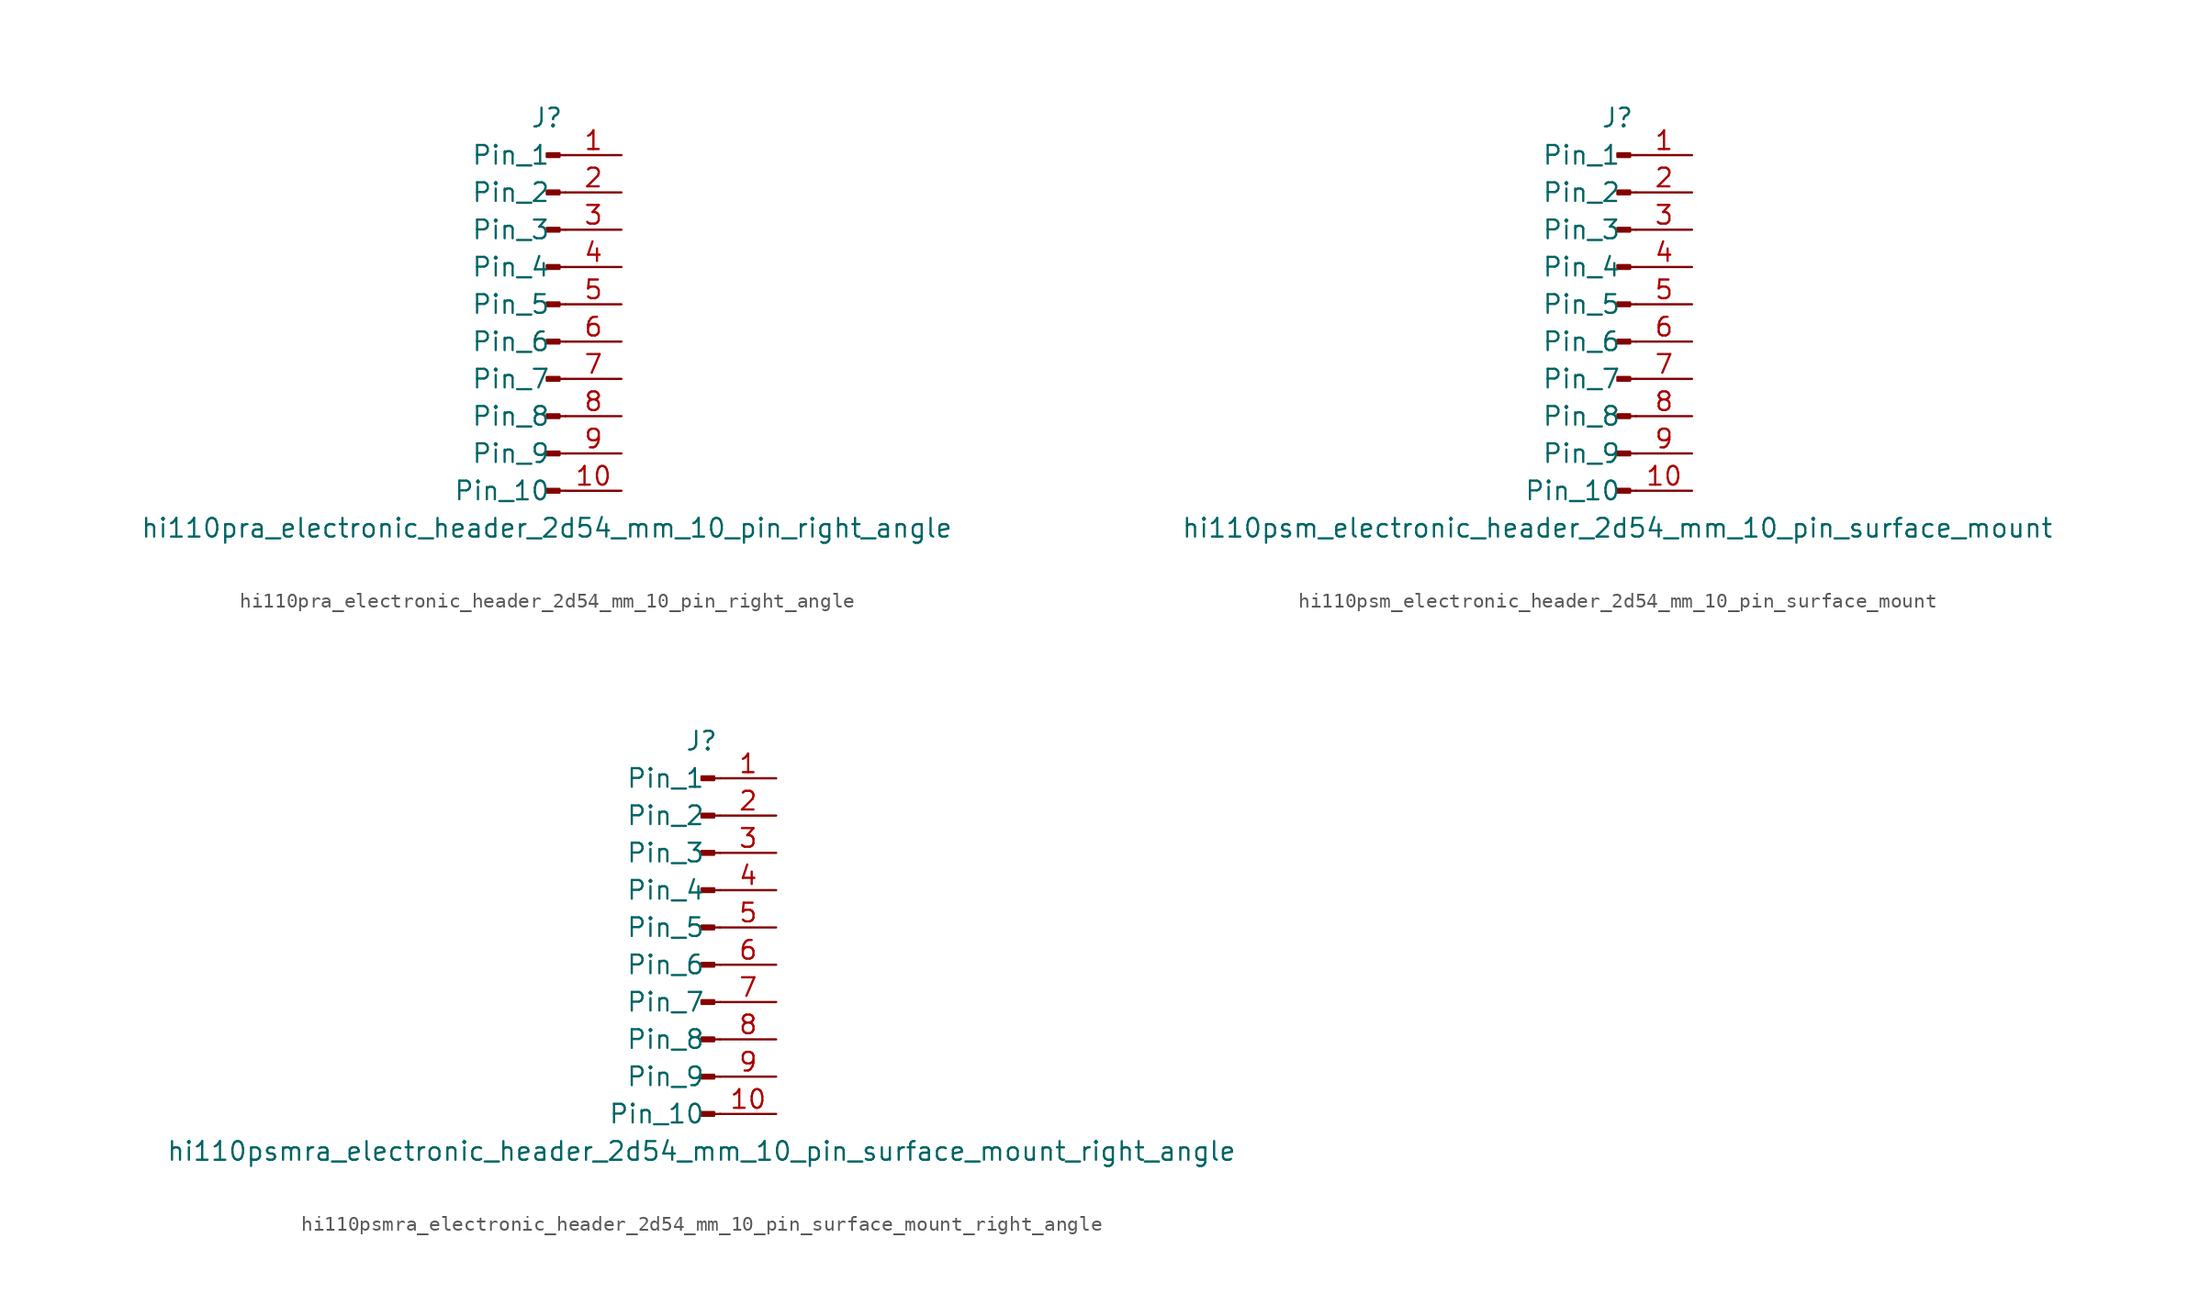
<source format=kicad_sym>
(kicad_symbol_lib
  (version 20220914)
  (generator kicad_symbol_editor)
  (symbol "hi110pra_electronic_header_2d54_mm_10_pin_right_angle"
    (pin_names
      (offset 1.016))
    (property "Reference" "J"
      (at 0 12.7 0)
      (effects (font (size 1.27 1.27))))
    (property "Value" "hi110pra_electronic_header_2d54_mm_10_pin_right_angle"
      (at 0 -15.24 0)
      (effects (font (size 1.27 1.27))))
    (property "ki_locked" ""
      (at 0 0 0)
      (effects (font (size 1.27 1.27))))
    (symbol "hi110pra_electronic_header_2d54_mm_10_pin_right_angle_1_1"
      (polyline (pts (xy 1.27 -12.7) (xy 0.864 -12.7)) (stroke (width 0.152) (type default)) (fill (type none)))
      (polyline (pts (xy 1.27 -10.16) (xy 0.864 -10.16)) (stroke (width 0.152) (type default)) (fill (type none)))
      (polyline (pts (xy 1.27 -7.62) (xy 0.864 -7.62)) (stroke (width 0.152) (type default)) (fill (type none)))
      (polyline (pts (xy 1.27 -5.08) (xy 0.864 -5.08)) (stroke (width 0.152) (type default)) (fill (type none)))
      (polyline (pts (xy 1.27 -2.54) (xy 0.864 -2.54)) (stroke (width 0.152) (type default)) (fill (type none)))
      (polyline (pts (xy 1.27 0) (xy 0.864 0)) (stroke (width 0.152) (type default)) (fill (type none)))
      (polyline (pts (xy 1.27 2.54) (xy 0.864 2.54)) (stroke (width 0.152) (type default)) (fill (type none)))
      (polyline (pts (xy 1.27 5.08) (xy 0.864 5.08)) (stroke (width 0.152) (type default)) (fill (type none)))
      (polyline (pts (xy 1.27 7.62) (xy 0.864 7.62)) (stroke (width 0.152) (type default)) (fill (type none)))
      (polyline (pts (xy 1.27 10.16) (xy 0.864 10.16)) (stroke (width 0.152) (type default)) (fill (type none)))
      (rectangle (start 0.864 -12.573) (end 0 -12.827) (stroke (width 0.152) (type default)) (fill (type outline)))
      (rectangle (start 0.864 -10.033) (end 0 -10.287) (stroke (width 0.152) (type default)) (fill (type outline)))
      (rectangle (start 0.864 -7.493) (end 0 -7.747) (stroke (width 0.152) (type default)) (fill (type outline)))
      (rectangle (start 0.864 -4.953) (end 0 -5.207) (stroke (width 0.152) (type default)) (fill (type outline)))
      (rectangle (start 0.864 -2.413) (end 0 -2.667) (stroke (width 0.152) (type default)) (fill (type outline)))
      (rectangle (start 0.864 0.127) (end 0 -0.127) (stroke (width 0.152) (type default)) (fill (type outline)))
      (rectangle (start 0.864 2.667) (end 0 2.413) (stroke (width 0.152) (type default)) (fill (type outline)))
      (rectangle (start 0.864 5.207) (end 0 4.953) (stroke (width 0.152) (type default)) (fill (type outline)))
      (rectangle (start 0.864 7.747) (end 0 7.493) (stroke (width 0.152) (type default)) (fill (type outline)))
      (rectangle (start 0.864 10.287) (end 0 10.033) (stroke (width 0.152) (type default)) (fill (type outline)))
      (pin passive line (at 5.08 10.16 180) (length 3.81) (name "Pin_1" (effects (font (size 1.27 1.27)))) (number "1" (effects (font (size 1.27 1.27)))))
      (pin passive line (at 5.08 -12.7 180) (length 3.81) (name "Pin_10" (effects (font (size 1.27 1.27)))) (number "10" (effects (font (size 1.27 1.27)))))
      (pin passive line (at 5.08 7.62 180) (length 3.81) (name "Pin_2" (effects (font (size 1.27 1.27)))) (number "2" (effects (font (size 1.27 1.27)))))
      (pin passive line (at 5.08 5.08 180) (length 3.81) (name "Pin_3" (effects (font (size 1.27 1.27)))) (number "3" (effects (font (size 1.27 1.27)))))
      (pin passive line (at 5.08 2.54 180) (length 3.81) (name "Pin_4" (effects (font (size 1.27 1.27)))) (number "4" (effects (font (size 1.27 1.27)))))
      (pin passive line (at 5.08 0 180) (length 3.81) (name "Pin_5" (effects (font (size 1.27 1.27)))) (number "5" (effects (font (size 1.27 1.27)))))
      (pin passive line (at 5.08 -2.54 180) (length 3.81) (name "Pin_6" (effects (font (size 1.27 1.27)))) (number "6" (effects (font (size 1.27 1.27)))))
      (pin passive line (at 5.08 -5.08 180) (length 3.81) (name "Pin_7" (effects (font (size 1.27 1.27)))) (number "7" (effects (font (size 1.27 1.27)))))
      (pin passive line (at 5.08 -7.62 180) (length 3.81) (name "Pin_8" (effects (font (size 1.27 1.27)))) (number "8" (effects (font (size 1.27 1.27)))))
      (pin passive line (at 5.08 -10.16 180) (length 3.81) (name "Pin_9" (effects (font (size 1.27 1.27)))) (number "9" (effects (font (size 1.27 1.27)))))))
  (symbol "hi110psm_electronic_header_2d54_mm_10_pin_surface_mount"
    (pin_names
      (offset 1.016))
    (property "Reference" "J"
      (at 0 12.7 0)
      (effects (font (size 1.27 1.27))))
    (property "Value" "hi110psm_electronic_header_2d54_mm_10_pin_surface_mount"
      (at 0 -15.24 0)
      (effects (font (size 1.27 1.27))))
    (property "ki_locked" ""
      (at 0 0 0)
      (effects (font (size 1.27 1.27))))
    (symbol "hi110psm_electronic_header_2d54_mm_10_pin_surface_mount_1_1"
      (polyline (pts (xy 1.27 -12.7) (xy 0.864 -12.7)) (stroke (width 0.152) (type default)) (fill (type none)))
      (polyline (pts (xy 1.27 -10.16) (xy 0.864 -10.16)) (stroke (width 0.152) (type default)) (fill (type none)))
      (polyline (pts (xy 1.27 -7.62) (xy 0.864 -7.62)) (stroke (width 0.152) (type default)) (fill (type none)))
      (polyline (pts (xy 1.27 -5.08) (xy 0.864 -5.08)) (stroke (width 0.152) (type default)) (fill (type none)))
      (polyline (pts (xy 1.27 -2.54) (xy 0.864 -2.54)) (stroke (width 0.152) (type default)) (fill (type none)))
      (polyline (pts (xy 1.27 0) (xy 0.864 0)) (stroke (width 0.152) (type default)) (fill (type none)))
      (polyline (pts (xy 1.27 2.54) (xy 0.864 2.54)) (stroke (width 0.152) (type default)) (fill (type none)))
      (polyline (pts (xy 1.27 5.08) (xy 0.864 5.08)) (stroke (width 0.152) (type default)) (fill (type none)))
      (polyline (pts (xy 1.27 7.62) (xy 0.864 7.62)) (stroke (width 0.152) (type default)) (fill (type none)))
      (polyline (pts (xy 1.27 10.16) (xy 0.864 10.16)) (stroke (width 0.152) (type default)) (fill (type none)))
      (rectangle (start 0.864 -12.573) (end 0 -12.827) (stroke (width 0.152) (type default)) (fill (type outline)))
      (rectangle (start 0.864 -10.033) (end 0 -10.287) (stroke (width 0.152) (type default)) (fill (type outline)))
      (rectangle (start 0.864 -7.493) (end 0 -7.747) (stroke (width 0.152) (type default)) (fill (type outline)))
      (rectangle (start 0.864 -4.953) (end 0 -5.207) (stroke (width 0.152) (type default)) (fill (type outline)))
      (rectangle (start 0.864 -2.413) (end 0 -2.667) (stroke (width 0.152) (type default)) (fill (type outline)))
      (rectangle (start 0.864 0.127) (end 0 -0.127) (stroke (width 0.152) (type default)) (fill (type outline)))
      (rectangle (start 0.864 2.667) (end 0 2.413) (stroke (width 0.152) (type default)) (fill (type outline)))
      (rectangle (start 0.864 5.207) (end 0 4.953) (stroke (width 0.152) (type default)) (fill (type outline)))
      (rectangle (start 0.864 7.747) (end 0 7.493) (stroke (width 0.152) (type default)) (fill (type outline)))
      (rectangle (start 0.864 10.287) (end 0 10.033) (stroke (width 0.152) (type default)) (fill (type outline)))
      (pin passive line (at 5.08 10.16 180) (length 3.81) (name "Pin_1" (effects (font (size 1.27 1.27)))) (number "1" (effects (font (size 1.27 1.27)))))
      (pin passive line (at 5.08 -12.7 180) (length 3.81) (name "Pin_10" (effects (font (size 1.27 1.27)))) (number "10" (effects (font (size 1.27 1.27)))))
      (pin passive line (at 5.08 7.62 180) (length 3.81) (name "Pin_2" (effects (font (size 1.27 1.27)))) (number "2" (effects (font (size 1.27 1.27)))))
      (pin passive line (at 5.08 5.08 180) (length 3.81) (name "Pin_3" (effects (font (size 1.27 1.27)))) (number "3" (effects (font (size 1.27 1.27)))))
      (pin passive line (at 5.08 2.54 180) (length 3.81) (name "Pin_4" (effects (font (size 1.27 1.27)))) (number "4" (effects (font (size 1.27 1.27)))))
      (pin passive line (at 5.08 0 180) (length 3.81) (name "Pin_5" (effects (font (size 1.27 1.27)))) (number "5" (effects (font (size 1.27 1.27)))))
      (pin passive line (at 5.08 -2.54 180) (length 3.81) (name "Pin_6" (effects (font (size 1.27 1.27)))) (number "6" (effects (font (size 1.27 1.27)))))
      (pin passive line (at 5.08 -5.08 180) (length 3.81) (name "Pin_7" (effects (font (size 1.27 1.27)))) (number "7" (effects (font (size 1.27 1.27)))))
      (pin passive line (at 5.08 -7.62 180) (length 3.81) (name "Pin_8" (effects (font (size 1.27 1.27)))) (number "8" (effects (font (size 1.27 1.27)))))
      (pin passive line (at 5.08 -10.16 180) (length 3.81) (name "Pin_9" (effects (font (size 1.27 1.27)))) (number "9" (effects (font (size 1.27 1.27)))))))
  (symbol "hi110psmra_electronic_header_2d54_mm_10_pin_surface_mount_right_angle"
    (pin_names
      (offset 1.016))
    (property "Reference" "J"
      (at 0 12.7 0)
      (effects (font (size 1.27 1.27))))
    (property "Value" "hi110psmra_electronic_header_2d54_mm_10_pin_surface_mount_right_angle"
      (at 0 -15.24 0)
      (effects (font (size 1.27 1.27))))
    (property "ki_locked" ""
      (at 0 0 0)
      (effects (font (size 1.27 1.27))))
    (symbol "hi110psmra_electronic_header_2d54_mm_10_pin_surface_mount_right_angle_1_1"
      (polyline (pts (xy 1.27 -12.7) (xy 0.864 -12.7)) (stroke (width 0.152) (type default)) (fill (type none)))
      (polyline (pts (xy 1.27 -10.16) (xy 0.864 -10.16)) (stroke (width 0.152) (type default)) (fill (type none)))
      (polyline (pts (xy 1.27 -7.62) (xy 0.864 -7.62)) (stroke (width 0.152) (type default)) (fill (type none)))
      (polyline (pts (xy 1.27 -5.08) (xy 0.864 -5.08)) (stroke (width 0.152) (type default)) (fill (type none)))
      (polyline (pts (xy 1.27 -2.54) (xy 0.864 -2.54)) (stroke (width 0.152) (type default)) (fill (type none)))
      (polyline (pts (xy 1.27 0) (xy 0.864 0)) (stroke (width 0.152) (type default)) (fill (type none)))
      (polyline (pts (xy 1.27 2.54) (xy 0.864 2.54)) (stroke (width 0.152) (type default)) (fill (type none)))
      (polyline (pts (xy 1.27 5.08) (xy 0.864 5.08)) (stroke (width 0.152) (type default)) (fill (type none)))
      (polyline (pts (xy 1.27 7.62) (xy 0.864 7.62)) (stroke (width 0.152) (type default)) (fill (type none)))
      (polyline (pts (xy 1.27 10.16) (xy 0.864 10.16)) (stroke (width 0.152) (type default)) (fill (type none)))
      (rectangle (start 0.864 -12.573) (end 0 -12.827) (stroke (width 0.152) (type default)) (fill (type outline)))
      (rectangle (start 0.864 -10.033) (end 0 -10.287) (stroke (width 0.152) (type default)) (fill (type outline)))
      (rectangle (start 0.864 -7.493) (end 0 -7.747) (stroke (width 0.152) (type default)) (fill (type outline)))
      (rectangle (start 0.864 -4.953) (end 0 -5.207) (stroke (width 0.152) (type default)) (fill (type outline)))
      (rectangle (start 0.864 -2.413) (end 0 -2.667) (stroke (width 0.152) (type default)) (fill (type outline)))
      (rectangle (start 0.864 0.127) (end 0 -0.127) (stroke (width 0.152) (type default)) (fill (type outline)))
      (rectangle (start 0.864 2.667) (end 0 2.413) (stroke (width 0.152) (type default)) (fill (type outline)))
      (rectangle (start 0.864 5.207) (end 0 4.953) (stroke (width 0.152) (type default)) (fill (type outline)))
      (rectangle (start 0.864 7.747) (end 0 7.493) (stroke (width 0.152) (type default)) (fill (type outline)))
      (rectangle (start 0.864 10.287) (end 0 10.033) (stroke (width 0.152) (type default)) (fill (type outline)))
      (pin passive line (at 5.08 10.16 180) (length 3.81) (name "Pin_1" (effects (font (size 1.27 1.27)))) (number "1" (effects (font (size 1.27 1.27)))))
      (pin passive line (at 5.08 -12.7 180) (length 3.81) (name "Pin_10" (effects (font (size 1.27 1.27)))) (number "10" (effects (font (size 1.27 1.27)))))
      (pin passive line (at 5.08 7.62 180) (length 3.81) (name "Pin_2" (effects (font (size 1.27 1.27)))) (number "2" (effects (font (size 1.27 1.27)))))
      (pin passive line (at 5.08 5.08 180) (length 3.81) (name "Pin_3" (effects (font (size 1.27 1.27)))) (number "3" (effects (font (size 1.27 1.27)))))
      (pin passive line (at 5.08 2.54 180) (length 3.81) (name "Pin_4" (effects (font (size 1.27 1.27)))) (number "4" (effects (font (size 1.27 1.27)))))
      (pin passive line (at 5.08 0 180) (length 3.81) (name "Pin_5" (effects (font (size 1.27 1.27)))) (number "5" (effects (font (size 1.27 1.27)))))
      (pin passive line (at 5.08 -2.54 180) (length 3.81) (name "Pin_6" (effects (font (size 1.27 1.27)))) (number "6" (effects (font (size 1.27 1.27)))))
      (pin passive line (at 5.08 -5.08 180) (length 3.81) (name "Pin_7" (effects (font (size 1.27 1.27)))) (number "7" (effects (font (size 1.27 1.27)))))
      (pin passive line (at 5.08 -7.62 180) (length 3.81) (name "Pin_8" (effects (font (size 1.27 1.27)))) (number "8" (effects (font (size 1.27 1.27)))))
      (pin passive line (at 5.08 -10.16 180) (length 3.81) (name "Pin_9" (effects (font (size 1.27 1.27)))) (number "9" (effects (font (size 1.27 1.27))))))))
</source>
